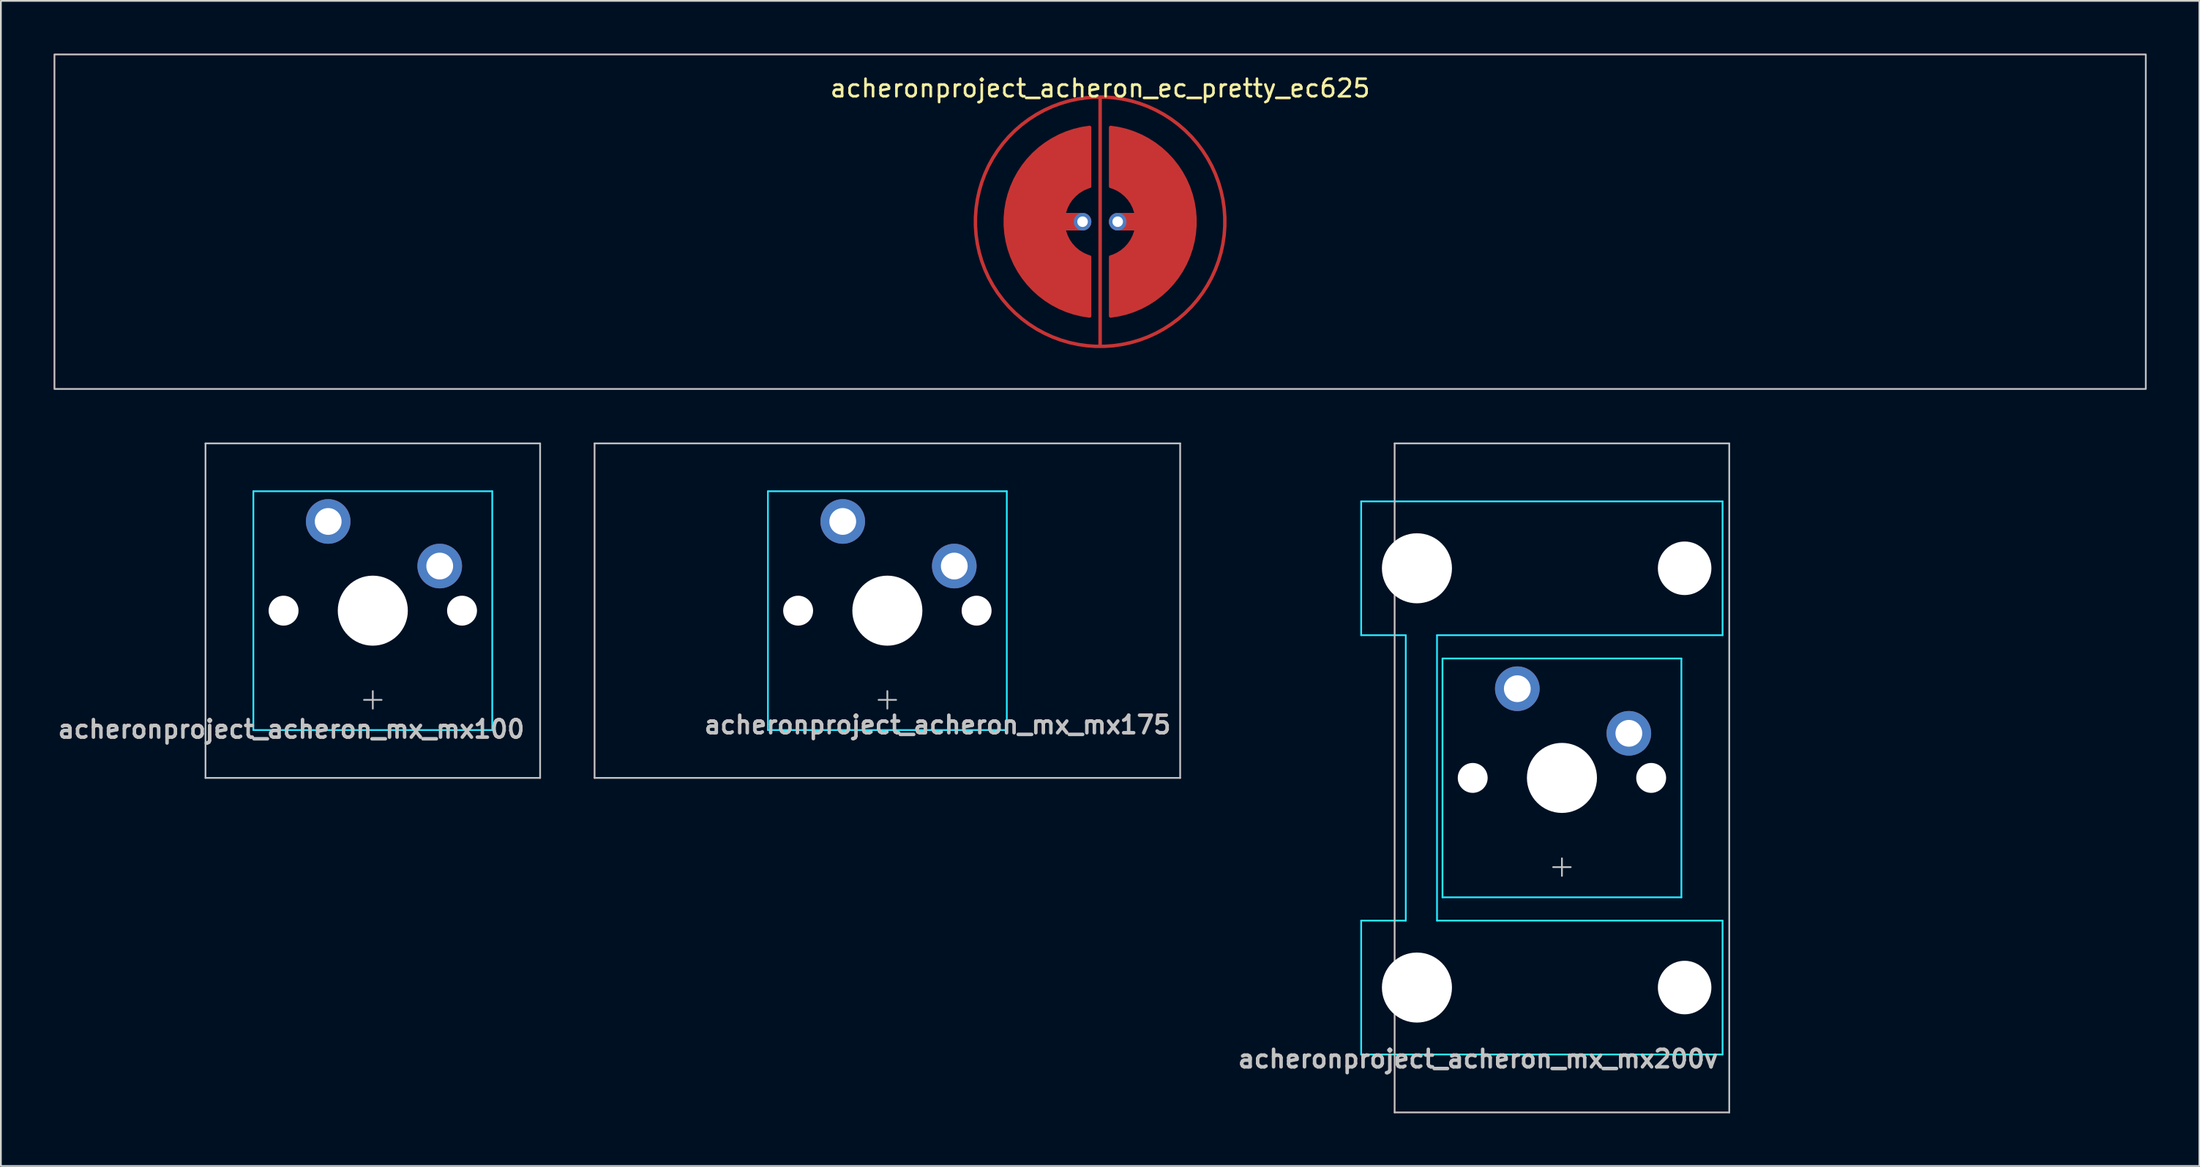
<source format=kicad_pcb>
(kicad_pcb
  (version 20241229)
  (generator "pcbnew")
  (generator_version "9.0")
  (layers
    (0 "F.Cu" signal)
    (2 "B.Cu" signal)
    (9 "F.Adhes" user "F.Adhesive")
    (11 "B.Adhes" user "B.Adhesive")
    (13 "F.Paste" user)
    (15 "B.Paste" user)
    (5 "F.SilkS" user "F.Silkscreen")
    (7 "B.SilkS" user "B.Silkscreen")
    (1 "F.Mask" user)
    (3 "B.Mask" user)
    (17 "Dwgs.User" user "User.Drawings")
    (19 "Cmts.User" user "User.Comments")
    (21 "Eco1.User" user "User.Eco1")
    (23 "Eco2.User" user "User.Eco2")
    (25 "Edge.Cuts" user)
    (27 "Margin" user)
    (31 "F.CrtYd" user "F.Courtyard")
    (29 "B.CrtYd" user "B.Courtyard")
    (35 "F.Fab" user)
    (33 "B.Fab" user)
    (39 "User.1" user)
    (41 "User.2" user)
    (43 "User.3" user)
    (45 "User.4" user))
  (footprint "acheronproject_acheron_ec_pretty_ec625"
    (layer "F.Cu")
    (at 59.581 9.575)
    (property "Reference" "acheronproject_acheron_ec_pretty_ec625" (at 0 -7.6 0) (layer "F.SilkS") (effects (font (size 1 1) (thickness 0.15))))
    (attr through_hole)
    (fp_rect (start 59.531 -9.525) (end -59.531 9.525) (stroke (width 0.1) (type solid)) (fill no) (layer "Dwgs.User"))
    (pad "" smd circle (at -1 0) (size 0.55 0.55) (layers "F.Mask"))
    (pad "" smd circle (at 1 0) (size 0.55 0.55) (layers "F.Mask"))
    (pad "1" smd custom (at 0 0 90) (size 0.2 0.2) (layers "F.Cu") (options (anchor circle)) (primitives (gr_line (start 7.1 0) (end -7.1 0) (width 0.2)) (gr_circle (center 0 0) (end 7.1 0) (width 0.2) (fill no))))
    (pad "2" smd custom (at -4.1 0) (size 0.2 0.2) (layers "F.Cu") (options (anchor circle)) (primitives (gr_poly (pts (xy 3.1 5.3) (xy 2.1 5) (xy 1.1 4.5) (xy 0.1 3.6) (xy -0.9 2) (xy -1.2 1) (xy -1.3 0) (xy -1.2 -1) (xy -0.9 -2) (xy 0.1 -3.6) (xy 1.1 -4.5) (xy 2.1 -5) (xy 3.1 -5.3) (xy 3.5 -5.367) (xy 3.5 -2.012) (xy 3.1 -1.8) (xy 2.2 -1) (xy 2 0) (xy 2.2 1) (xy 3.1 1.8) (xy 3.5 2.012) (xy 3.5 5.367)) (width 0) (fill yes)) (gr_line (start 3.1 0) (end 0.6 0) (width 1)) (gr_line (start 3.5 2.012) (end 3.5 5.367) (width 0.2)) (gr_line (start 3.5 -2.012) (end 3.5 -5.367) (width 0.2)) (gr_arc (start 3.5 5.366562) (mid -1.299999 0.001944) (end 3.496136 -5.366129) (width 0.2)) (gr_arc (start 3.5 2.01246) (mid 2.000002 0.001775) (end 3.496598 -2.011443) (width 0.2))))
    (pad "2" thru_hole circle (at -1 0) (size 1 1) (drill 0.6) (layers "*.Cu" "B.Mask"))
    (pad "3" thru_hole circle (at 1 0) (size 1 1) (drill 0.6) (layers "*.Cu" "B.Mask"))
    (pad "3" smd custom (at 4.1 0) (size 0.2 0.2) (layers "F.Cu") (options (anchor circle)) (primitives (gr_poly (pts (xy -3.1 -5.3) (xy -2.1 -5) (xy -1.1 -4.5) (xy -0.1 -3.6) (xy 0.9 -2) (xy 1.2 -1) (xy 1.3 0) (xy 1.2 1) (xy 0.9 2) (xy -0.1 3.6) (xy -1.1 4.5) (xy -2.1 5) (xy -3.5 5.367) (xy -3.5 2.012) (xy -3.1 1.8) (xy -2.2 1) (xy -2 0) (xy -2.2 -1) (xy -3.1 -1.8) (xy -3.5 -2.012) (xy -3.5 -5.367)) (width 0) (fill yes)) (gr_line (start -3.5 -2.012) (end -3.5 -5.367) (width 0.2)) (gr_arc (start -3.5 -2.01246) (mid -2.000002 -0.001775) (end -3.496598 2.011443) (width 0.2)) (gr_arc (start -3.5 -5.366562) (mid 1.299999 -0.001944) (end -3.496136 5.366129) (width 0.2)) (gr_line (start -3.5 2.012) (end -3.5 5.367) (width 0.2)) (gr_line (start -0.6 0) (end -3.1 0) (width 1))))
    (zone (net_name "") (layer "F.Cu") (hatch edge 0.508) (connect_pads) (min_thickness 0.254) (filled_areas_thickness no) (keepout (tracks allowed) (vias allowed) (pads allowed) (copperpour not_allowed) (footprints allowed)) (placement (enabled no)) (fill) (polygon (pts (xy 60.581 2.575) (xy 61.581 2.775) (xy 62.581 3.175) (xy 63.581 3.675) (xy 64.581 4.575) (xy 65.481 5.575) (xy 65.981 6.575) (xy 66.381 7.575) (xy 66.581 8.575) (xy 66.681 9.575) (xy 66.581 10.575) (xy 66.381 11.575) (xy 65.981 12.575) (xy 65.581 13.375) (xy 64.581 14.675) (xy 63.581 15.475) (xy 62.581 16.075) (xy 61.581 16.375) (xy 60.581 16.575) (xy 59.581 16.675) (xy 58.581 16.575) (xy 57.581 16.375) (xy 56.581 15.975) (xy 55.581 15.475) (xy 54.581 14.575) (xy 53.681 13.575) (xy 53.181 12.575) (xy 52.781 11.575) (xy 52.581 10.575) (xy 52.481 9.575) (xy 52.581 8.575) (xy 52.781 7.675) (xy 53.181 6.575) (xy 53.681 5.575) (xy 54.481 4.575) (xy 55.581 3.675) (xy 56.581 3.175) (xy 57.581 2.775) (xy 58.581 2.575) (xy 59.581 2.475)))))
  (footprint "acheronproject_acheron_mx_mx175"
    (layer "F.Cu")
    (at 47.468 31.725)
    (property "Reference" "acheronproject_acheron_mx_mx175" (at 16.25 6.5 0) (layer "Dwgs.User") (effects (font (size 1 1) (thickness 0.2)) (justify right)))
    (attr through_hole)
    (fp_circle (center -2.54 -5.08) (end -2.032 -5.08) (stroke (width 0.12) (type solid)) (fill no) (layer "F.Mask"))
    (fp_line (start -16.669 -9.525) (end -16.669 9.525) (stroke (width 0.1) (type solid)) (layer "Dwgs.User"))
    (fp_line (start -16.669 -9.525) (end 16.669 -9.525) (stroke (width 0.1) (type solid)) (layer "Dwgs.User"))
    (fp_line (start -16.669 9.525) (end 16.669 9.525) (stroke (width 0.1) (type solid)) (layer "Dwgs.User"))
    (fp_line (start -0.5 5.08) (end 0.5 5.08) (stroke (width 0.1) (type solid)) (layer "Dwgs.User"))
    (fp_line (start 0 4.58) (end 0 5.58) (stroke (width 0.1) (type solid)) (layer "Dwgs.User"))
    (fp_line (start 16.669 -9.525) (end 16.669 9.525) (stroke (width 0.1) (type solid)) (layer "Dwgs.User"))
    (fp_line (start -7 -6.5) (end -7 6.5) (stroke (width 0.1) (type solid)) (layer "Eco1.User"))
    (fp_line (start -6.5 7) (end 6.5 7) (stroke (width 0.1) (type solid)) (layer "Eco1.User"))
    (fp_line (start 6.5 -7) (end -6.5 -7) (stroke (width 0.1) (type solid)) (layer "Eco1.User"))
    (fp_line (start 7 6.5) (end 7 -6.5) (stroke (width 0.1) (type solid)) (layer "Eco1.User"))
    (fp_arc (start -7 -6.5) (mid -6.853553 -6.853553) (end -6.5 -7) (stroke (width 0.1) (type solid)) (layer "Eco1.User"))
    (fp_arc (start -6.5 7) (mid -6.853553 6.853553) (end -7 6.5) (stroke (width 0.1) (type solid)) (layer "Eco1.User"))
    (fp_arc (start 6.5 -7) (mid 6.853553 -6.853553) (end 7 -6.5) (stroke (width 0.1) (type solid)) (layer "Eco1.User"))
    (fp_arc (start 7 6.5) (mid 6.853553 6.853553) (end 6.5 7) (stroke (width 0.1) (type solid)) (layer "Eco1.User"))
    (fp_line (start -6.8 -6.8) (end 6.8 -6.8) (stroke (width 0.1) (type solid)) (layer "B.CrtYd"))
    (fp_line (start -6.8 6.8) (end -6.8 -6.8) (stroke (width 0.1) (type solid)) (layer "B.CrtYd"))
    (fp_line (start -6.8 6.8) (end 6.8 6.8) (stroke (width 0.1) (type solid)) (layer "B.CrtYd"))
    (fp_line (start 6.8 6.8) (end 6.8 -6.8) (stroke (width 0.1) (type solid)) (layer "B.CrtYd"))
    (pad "" np_thru_hole circle (at -5.08 0) (size 1.702 1.702) (drill 1.702) (layers "*.Cu" "*.Mask"))
    (pad "" np_thru_hole circle (at 0 0) (size 3.988 3.988) (drill 3.988) (layers "*.Cu" "*.Mask"))
    (pad "" np_thru_hole circle (at 5.08 0) (size 1.702 1.702) (drill 1.702) (layers "*.Cu" "*.Mask"))
    (pad "1" thru_hole circle (at -2.54 -5.08) (size 2.54 2.54) (drill 1.524) (layers "*.Cu" "*.Mask"))
    (pad "2" thru_hole circle (at 3.81 -2.54) (size 2.54 2.54) (drill 1.524) (layers "*.Cu" "*.Mask")))
  (footprint "acheronproject_acheron_mx_mx100"
    (layer "F.Cu")
    (at 18.174 31.725)
    (property "Reference" "acheronproject_acheron_mx_mx100" (at 8.75 6.75 0) (layer "Dwgs.User") (effects (font (size 1 1) (thickness 0.2)) (justify right)))
    (attr through_hole)
    (fp_circle (center 3.81 -2.54) (end 4.318 -2.54) (stroke (width 0.12) (type solid)) (fill no) (layer "F.Mask"))
    (fp_line (start -9.525 -9.525) (end 9.525 -9.525) (stroke (width 0.1) (type solid)) (layer "Dwgs.User"))
    (fp_line (start -9.525 9.525) (end -9.525 -9.525) (stroke (width 0.1) (type solid)) (layer "Dwgs.User"))
    (fp_line (start -0.5 5.08) (end 0.5 5.08) (stroke (width 0.1) (type solid)) (layer "Dwgs.User"))
    (fp_line (start 0 4.58) (end 0 5.58) (stroke (width 0.1) (type solid)) (layer "Dwgs.User"))
    (fp_line (start 9.525 -9.525) (end 9.525 9.525) (stroke (width 0.1) (type solid)) (layer "Dwgs.User"))
    (fp_line (start 9.525 9.525) (end -9.525 9.525) (stroke (width 0.1) (type solid)) (layer "Dwgs.User"))
    (fp_line (start -7 -6.5) (end -7 6.5) (stroke (width 0.1) (type solid)) (layer "Eco1.User"))
    (fp_line (start -6.5 7) (end 6.5 7) (stroke (width 0.1) (type solid)) (layer "Eco1.User"))
    (fp_line (start 6.5 -7) (end -6.5 -7) (stroke (width 0.1) (type solid)) (layer "Eco1.User"))
    (fp_line (start 7 6.5) (end 7 -6.5) (stroke (width 0.1) (type solid)) (layer "Eco1.User"))
    (fp_arc (start -7 -6.5) (mid -6.853553 -6.853553) (end -6.5 -7) (stroke (width 0.1) (type solid)) (layer "Eco1.User"))
    (fp_arc (start -6.5 7) (mid -6.853553 6.853553) (end -7 6.5) (stroke (width 0.1) (type solid)) (layer "Eco1.User"))
    (fp_arc (start 6.5 -7) (mid 6.853553 -6.853553) (end 7 -6.5) (stroke (width 0.1) (type solid)) (layer "Eco1.User"))
    (fp_arc (start 7 6.5) (mid 6.853553 6.853553) (end 6.5 7) (stroke (width 0.1) (type solid)) (layer "Eco1.User"))
    (fp_line (start -6.8 -6.8) (end -6.8 6.8) (stroke (width 0.1) (type solid)) (layer "B.CrtYd"))
    (fp_line (start -6.8 -6.8) (end 6.8 -6.8) (stroke (width 0.1) (type solid)) (layer "B.CrtYd"))
    (fp_line (start -6.8 6.8) (end 6.8 6.8) (stroke (width 0.1) (type solid)) (layer "B.CrtYd"))
    (fp_line (start 6.8 -6.8) (end 6.8 6.8) (stroke (width 0.1) (type solid)) (layer "B.CrtYd"))
    (pad "" np_thru_hole circle (at -5.08 0) (size 1.702 1.702) (drill 1.702) (layers "*.Cu" "*.Mask"))
    (pad "" np_thru_hole circle (at 0 0) (size 3.988 3.988) (drill 3.988) (layers "*.Cu" "*.Mask"))
    (pad "" np_thru_hole circle (at 5.08 0) (size 1.702 1.702) (drill 1.702) (layers "*.Cu" "*.Mask"))
    (pad "1" thru_hole circle (at -2.54 -5.08) (size 2.54 2.54) (drill 1.524) (layers "*.Cu" "*.Mask"))
    (pad "2" thru_hole circle (at 3.81 -2.54 90) (size 2.54 2.54) (drill 1.524) (layers "*.Cu" "*.Mask")))
  (footprint "acheronproject_acheron_mx_mx200v"
    (layer "F.Cu")
    (at 85.872 41.25)
    (property "Reference" "acheronproject_acheron_mx_mx200v" (at 9 16 0) (layer "Dwgs.User") (effects (font (size 1 1) (thickness 0.2)) (justify right)))
    (attr through_hole)
    (fp_line (start -9.525 -19.05) (end -9.525 19.05) (stroke (width 0.1) (type solid)) (layer "Dwgs.User"))
    (fp_line (start -0.5 5.08) (end 0.5 5.08) (stroke (width 0.1) (type solid)) (layer "Dwgs.User"))
    (fp_line (start 0 5.58) (end 0 4.58) (stroke (width 0.1) (type solid)) (layer "Dwgs.User"))
    (fp_line (start 9.525 -19.05) (end -9.525 -19.05) (stroke (width 0.1) (type solid)) (layer "Dwgs.User"))
    (fp_line (start 9.525 -19.05) (end 9.525 19.05) (stroke (width 0.1) (type solid)) (layer "Dwgs.User"))
    (fp_line (start 9.525 19.05) (end -9.525 19.05) (stroke (width 0.1) (type solid)) (layer "Dwgs.User"))
    (fp_line (start -9.015 -8.938) (end -9.015 -14.938) (stroke (width 0.1) (type solid)) (layer "Eco1.User"))
    (fp_line (start -9.015 14.938) (end -9.015 8.938) (stroke (width 0.1) (type solid)) (layer "Eco1.User"))
    (fp_line (start -8.515 -8.438) (end 5.485 -8.438) (stroke (width 0.1) (type solid)) (layer "Eco1.User"))
    (fp_line (start -8.515 15.438) (end 5.485 15.438) (stroke (width 0.1) (type solid)) (layer "Eco1.User"))
    (fp_line (start -7 -6.5) (end -7 6.5) (stroke (width 0.1) (type solid)) (layer "Eco1.User"))
    (fp_line (start -6.5 7) (end 6.5 7) (stroke (width 0.1) (type solid)) (layer "Eco1.User"))
    (fp_line (start 5.485 -15.438) (end -8.515 -15.438) (stroke (width 0.1) (type solid)) (layer "Eco1.User"))
    (fp_line (start 5.485 8.438) (end -8.515 8.438) (stroke (width 0.1) (type solid)) (layer "Eco1.User"))
    (fp_line (start 5.985 -14.938) (end 5.985 -8.938) (stroke (width 0.1) (type solid)) (layer "Eco1.User"))
    (fp_line (start 5.985 8.938) (end 5.985 14.938) (stroke (width 0.1) (type solid)) (layer "Eco1.User"))
    (fp_line (start 6.5 -7) (end -6.5 -7) (stroke (width 0.1) (type solid)) (layer "Eco1.User"))
    (fp_line (start 7 6.5) (end 7 -6.5) (stroke (width 0.1) (type solid)) (layer "Eco1.User"))
    (fp_arc (start -9.015 -14.938) (mid -8.868553 -15.291553) (end -8.515 -15.438) (stroke (width 0.1) (type solid)) (layer "Eco1.User"))
    (fp_arc (start -9.015 8.938) (mid -8.868553 8.584447) (end -8.515 8.438) (stroke (width 0.1) (type solid)) (layer "Eco1.User"))
    (fp_arc (start -8.515 -8.438) (mid -8.868553 -8.584447) (end -9.015 -8.938) (stroke (width 0.1) (type solid)) (layer "Eco1.User"))
    (fp_arc (start -8.515 15.438) (mid -8.868553 15.291553) (end -9.015 14.938) (stroke (width 0.1) (type solid)) (layer "Eco1.User"))
    (fp_arc (start -7 -6.5) (mid -6.853553 -6.853553) (end -6.5 -7) (stroke (width 0.1) (type solid)) (layer "Eco1.User"))
    (fp_arc (start -6.5 7) (mid -6.853553 6.853553) (end -7 6.5) (stroke (width 0.1) (type solid)) (layer "Eco1.User"))
    (fp_arc (start 5.485 -15.438) (mid 5.838553 -15.291553) (end 5.985 -14.938) (stroke (width 0.1) (type solid)) (layer "Eco1.User"))
    (fp_arc (start 5.485 8.438) (mid 5.838553 8.584447) (end 5.985 8.938) (stroke (width 0.1) (type solid)) (layer "Eco1.User"))
    (fp_arc (start 5.985 -8.938) (mid 5.838553 -8.584447) (end 5.485 -8.438) (stroke (width 0.1) (type solid)) (layer "Eco1.User"))
    (fp_arc (start 5.985 14.938) (mid 5.838553 15.291553) (end 5.485 15.438) (stroke (width 0.1) (type solid)) (layer "Eco1.User"))
    (fp_arc (start 6.5 -7) (mid 6.853553 -6.853553) (end 7 -6.5) (stroke (width 0.1) (type solid)) (layer "Eco1.User"))
    (fp_arc (start 7 6.5) (mid 6.853553 6.853553) (end 6.5 7) (stroke (width 0.1) (type solid)) (layer "Eco1.User"))
    (fp_line (start -11.43 -15.748) (end 9.144 -15.748) (stroke (width 0.1) (type solid)) (layer "B.CrtYd"))
    (fp_line (start -11.43 -8.128) (end -11.43 -15.748) (stroke (width 0.1) (type solid)) (layer "B.CrtYd"))
    (fp_line (start -11.43 -8.128) (end -8.89 -8.128) (stroke (width 0.1) (type solid)) (layer "B.CrtYd"))
    (fp_line (start -11.43 8.128) (end -8.89 8.128) (stroke (width 0.1) (type solid)) (layer "B.CrtYd"))
    (fp_line (start -11.43 15.748) (end -11.43 8.128) (stroke (width 0.1) (type solid)) (layer "B.CrtYd"))
    (fp_line (start -8.89 -8.128) (end -8.89 8.128) (stroke (width 0.1) (type solid)) (layer "B.CrtYd"))
    (fp_line (start -7.112 -8.128) (end -7.112 8.128) (stroke (width 0.1) (type solid)) (layer "B.CrtYd"))
    (fp_line (start -6.8 6.8) (end -6.8 -6.8) (stroke (width 0.1) (type solid)) (layer "B.CrtYd"))
    (fp_line (start 6.8 -6.8) (end -6.8 -6.8) (stroke (width 0.1) (type solid)) (layer "B.CrtYd"))
    (fp_line (start 6.8 6.8) (end -6.8 6.8) (stroke (width 0.1) (type solid)) (layer "B.CrtYd"))
    (fp_line (start 6.8 6.8) (end 6.8 -6.8) (stroke (width 0.1) (type solid)) (layer "B.CrtYd"))
    (fp_line (start 9.144 -15.748) (end 9.144 -8.128) (stroke (width 0.1) (type solid)) (layer "B.CrtYd"))
    (fp_line (start 9.144 -8.128) (end -7.112 -8.128) (stroke (width 0.1) (type solid)) (layer "B.CrtYd"))
    (fp_line (start 9.144 8.128) (end -7.112 8.128) (stroke (width 0.1) (type solid)) (layer "B.CrtYd"))
    (fp_line (start 9.144 8.128) (end 9.144 15.748) (stroke (width 0.1) (type solid)) (layer "B.CrtYd"))
    (fp_line (start 9.144 15.748) (end -11.43 15.748) (stroke (width 0.1) (type solid)) (layer "B.CrtYd"))
    (pad "" np_thru_hole circle (at -8.255 -11.938 270) (size 3.988 3.988) (drill 3.988) (layers "*.Cu" "*.Mask"))
    (pad "" np_thru_hole circle (at -8.255 11.938 270) (size 3.988 3.988) (drill 3.988) (layers "*.Cu" "*.Mask"))
    (pad "" np_thru_hole circle (at -5.08 0) (size 1.702 1.702) (drill 1.702) (layers "*.Cu" "*.Mask"))
    (pad "" np_thru_hole circle (at 0 0) (size 3.988 3.988) (drill 3.988) (layers "*.Cu" "*.Mask"))
    (pad "" np_thru_hole circle (at 5.08 0) (size 1.702 1.702) (drill 1.702) (layers "*.Cu" "*.Mask"))
    (pad "" np_thru_hole circle (at 6.985 -11.938 270) (size 3.048 3.048) (drill 3.048) (layers "*.Cu" "*.Mask"))
    (pad "" np_thru_hole circle (at 6.985 11.938 270) (size 3.048 3.048) (drill 3.048) (layers "*.Cu" "*.Mask"))
    (pad "1" thru_hole circle (at -2.54 -5.08) (size 2.54 2.54) (drill 1.524) (layers "*.Cu" "*.Mask"))
    (pad "2" thru_hole circle (at 3.81 -2.54) (size 2.54 2.54) (drill 1.524) (layers "*.Cu" "*.Mask")))
  (gr_rect
    (start -3 -3)
    (end 122.162 63.35)
    (stroke (width 0.1) (type default))
    (fill no)
    (layer "Edge.Cuts")))
</source>
